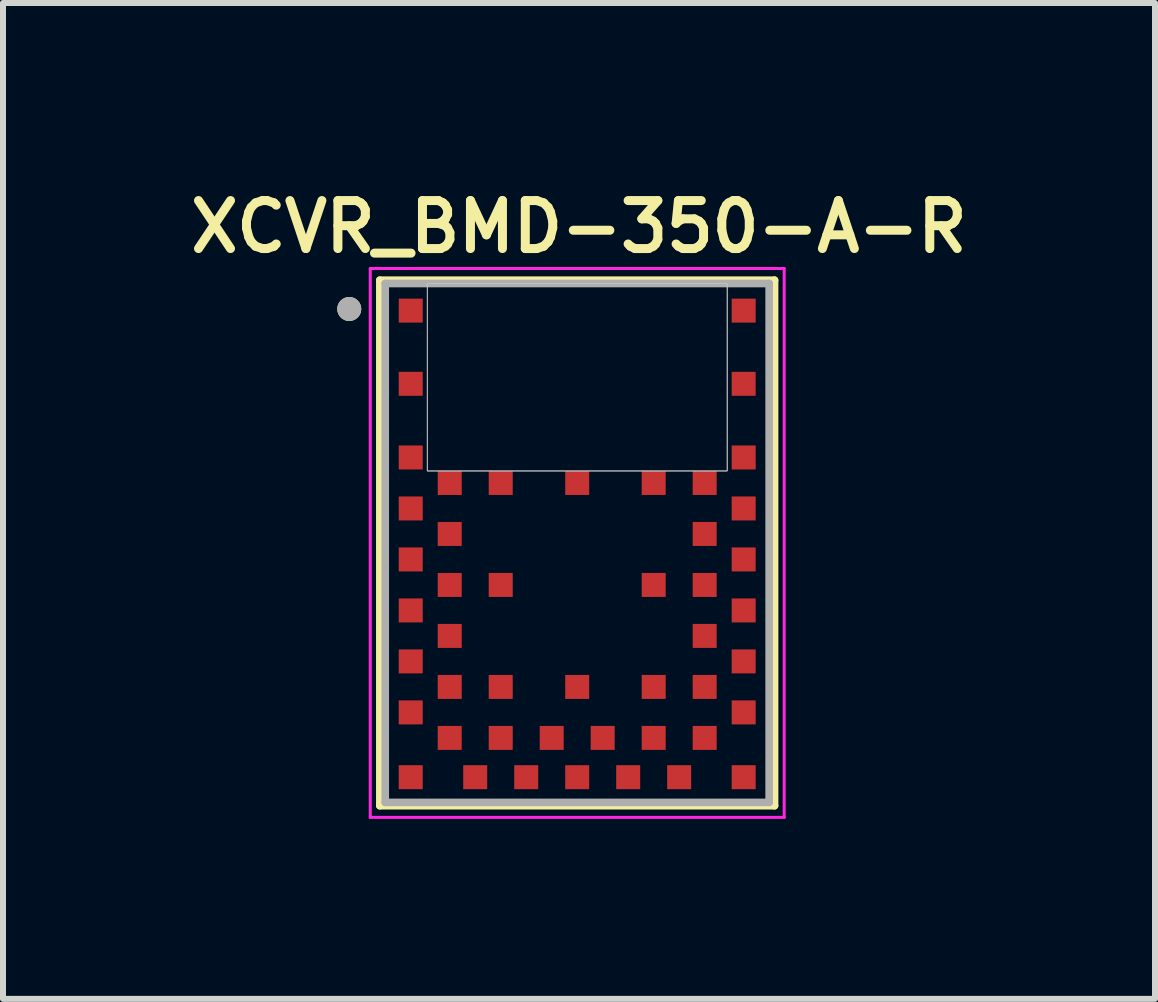
<source format=kicad_pcb>
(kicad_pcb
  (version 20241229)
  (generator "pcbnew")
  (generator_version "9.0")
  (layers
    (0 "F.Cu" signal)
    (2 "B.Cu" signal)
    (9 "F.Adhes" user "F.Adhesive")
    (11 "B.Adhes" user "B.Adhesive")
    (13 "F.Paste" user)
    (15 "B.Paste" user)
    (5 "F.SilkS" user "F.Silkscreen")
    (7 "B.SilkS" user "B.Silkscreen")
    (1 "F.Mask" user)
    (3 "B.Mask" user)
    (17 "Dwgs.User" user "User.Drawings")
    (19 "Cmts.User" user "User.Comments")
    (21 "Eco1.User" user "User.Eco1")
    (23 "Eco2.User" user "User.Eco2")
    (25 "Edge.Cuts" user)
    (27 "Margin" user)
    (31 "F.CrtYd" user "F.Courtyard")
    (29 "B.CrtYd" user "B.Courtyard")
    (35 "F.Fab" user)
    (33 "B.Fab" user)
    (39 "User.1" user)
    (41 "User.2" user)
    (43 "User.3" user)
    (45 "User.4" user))
  (footprint "XCVR_BMD-350-A-R"
    (layer "F.Cu")
    (at 6.572 6.001)
    (property "Reference" "XCVR_BMD-350-A-R" (at 0.03 -5.27 0) (layer "F.SilkS") (effects (font (size 0.8 0.8) (thickness 0.15))))
    (attr through_hole)
    (fp_line (start -3.29 -4.38) (end -3.29 4.38) (stroke (width 0.127) (type solid)) (layer "F.SilkS"))
    (fp_line (start -3.29 4.38) (end 3.29 4.38) (stroke (width 0.127) (type solid)) (layer "F.SilkS"))
    (fp_line (start 3.29 -4.38) (end -3.29 -4.38) (stroke (width 0.127) (type solid)) (layer "F.SilkS"))
    (fp_line (start 3.29 4.38) (end 3.29 -4.38) (stroke (width 0.127) (type solid)) (layer "F.SilkS"))
    (fp_circle (center -3.8 -3.9) (end -3.7 -3.9) (stroke (width 0.2) (type solid)) (fill no) (layer "F.SilkS"))
    (fp_poly (pts (xy -2.5 -4.325) (xy 2.5 -4.325) (xy 2.5 -1.2) (xy -2.5 -1.2)) (stroke (width 0.01) (type solid)) (fill no) (layer "Dwgs.User"))
    (fp_poly (pts (xy -2.5 -4.325) (xy 2.5 -4.325) (xy 2.5 -1.2) (xy -2.5 -1.2)) (stroke (width 0.01) (type solid)) (fill no) (layer "Dwgs.User"))
    (fp_poly (pts (xy -2.5 -4.325) (xy 2.5 -4.325) (xy 2.5 -1.2) (xy -2.5 -1.2)) (stroke (width 0.01) (type solid)) (fill no) (layer "Dwgs.User"))
    (fp_line (start -3.45 -4.575) (end 3.45 -4.575) (stroke (width 0.05) (type solid)) (layer "F.CrtYd"))
    (fp_line (start -3.45 4.575) (end -3.45 -4.575) (stroke (width 0.05) (type solid)) (layer "F.CrtYd"))
    (fp_line (start 3.45 -4.575) (end 3.45 4.575) (stroke (width 0.05) (type solid)) (layer "F.CrtYd"))
    (fp_line (start 3.45 4.575) (end -3.45 4.575) (stroke (width 0.05) (type solid)) (layer "F.CrtYd"))
    (fp_line (start -3.2 -4.325) (end -3.2 4.325) (stroke (width 0.127) (type solid)) (layer "F.Fab"))
    (fp_line (start -3.2 4.325) (end 3.2 4.325) (stroke (width 0.127) (type solid)) (layer "F.Fab"))
    (fp_line (start 3.2 -4.325) (end -3.2 -4.325) (stroke (width 0.127) (type solid)) (layer "F.Fab"))
    (fp_line (start 3.2 4.325) (end 3.2 -4.325) (stroke (width 0.127) (type solid)) (layer "F.Fab"))
    (fp_circle (center -3.8 -3.9) (end -3.7 -3.9) (stroke (width 0.2) (type solid)) (fill no) (layer "F.Fab"))
    (pad "1" smd rect (at -2.775 -3.873) (size 0.4 0.4) (layers "F.Cu" "F.Mask" "F.Paste"))
    (pad "2" smd rect (at -2.775 -2.653) (size 0.4 0.4) (layers "F.Cu" "F.Mask" "F.Paste"))
    (pad "3" smd rect (at -2.775 -1.425) (size 0.4 0.4) (layers "F.Cu" "F.Mask" "F.Paste"))
    (pad "4" smd rect (at -2.125 -1) (size 0.4 0.4) (layers "F.Cu" "F.Mask" "F.Paste"))
    (pad "5" smd rect (at -2.775 -0.575) (size 0.4 0.4) (layers "F.Cu" "F.Mask" "F.Paste"))
    (pad "6" smd rect (at -2.125 -0.15) (size 0.4 0.4) (layers "F.Cu" "F.Mask" "F.Paste"))
    (pad "7" smd rect (at -2.775 0.275) (size 0.4 0.4) (layers "F.Cu" "F.Mask" "F.Paste"))
    (pad "8" smd rect (at -2.125 0.7) (size 0.4 0.4) (layers "F.Cu" "F.Mask" "F.Paste"))
    (pad "9" smd rect (at -2.775 1.125) (size 0.4 0.4) (layers "F.Cu" "F.Mask" "F.Paste"))
    (pad "10" smd rect (at -2.125 1.55) (size 0.4 0.4) (layers "F.Cu" "F.Mask" "F.Paste"))
    (pad "11" smd rect (at -2.775 1.975) (size 0.4 0.4) (layers "F.Cu" "F.Mask" "F.Paste"))
    (pad "12" smd rect (at -2.125 2.4) (size 0.4 0.4) (layers "F.Cu" "F.Mask" "F.Paste"))
    (pad "13" smd rect (at -2.775 2.825) (size 0.4 0.4) (layers "F.Cu" "F.Mask" "F.Paste"))
    (pad "14" smd rect (at -2.125 3.25) (size 0.4 0.4) (layers "F.Cu" "F.Mask" "F.Paste"))
    (pad "15" smd rect (at -2.775 3.905) (size 0.4 0.4) (layers "F.Cu" "F.Mask" "F.Paste"))
    (pad "16" smd rect (at -1.7 3.905) (size 0.4 0.4) (layers "F.Cu" "F.Mask" "F.Paste"))
    (pad "17" smd rect (at -1.275 3.25) (size 0.4 0.4) (layers "F.Cu" "F.Mask" "F.Paste"))
    (pad "18" smd rect (at -0.85 3.905) (size 0.4 0.4) (layers "F.Cu" "F.Mask" "F.Paste"))
    (pad "19" smd rect (at -0.425 3.25) (size 0.4 0.4) (layers "F.Cu" "F.Mask" "F.Paste"))
    (pad "20" smd rect (at 0 3.905) (size 0.4 0.4) (layers "F.Cu" "F.Mask" "F.Paste"))
    (pad "21" smd rect (at 0.425 3.25) (size 0.4 0.4) (layers "F.Cu" "F.Mask" "F.Paste"))
    (pad "22" smd rect (at 0.85 3.905) (size 0.4 0.4) (layers "F.Cu" "F.Mask" "F.Paste"))
    (pad "23" smd rect (at 1.275 3.25) (size 0.4 0.4) (layers "F.Cu" "F.Mask" "F.Paste"))
    (pad "24" smd rect (at 1.7 3.905) (size 0.4 0.4) (layers "F.Cu" "F.Mask" "F.Paste"))
    (pad "25" smd rect (at 2.125 3.25) (size 0.4 0.4) (layers "F.Cu" "F.Mask" "F.Paste"))
    (pad "26" smd rect (at 2.775 3.905) (size 0.4 0.4) (layers "F.Cu" "F.Mask" "F.Paste"))
    (pad "27" smd rect (at 2.775 2.825) (size 0.4 0.4) (layers "F.Cu" "F.Mask" "F.Paste"))
    (pad "28" smd rect (at 2.125 2.4) (size 0.4 0.4) (layers "F.Cu" "F.Mask" "F.Paste"))
    (pad "29" smd rect (at 2.775 1.975) (size 0.4 0.4) (layers "F.Cu" "F.Mask" "F.Paste"))
    (pad "30" smd rect (at 2.125 1.55) (size 0.4 0.4) (layers "F.Cu" "F.Mask" "F.Paste"))
    (pad "31" smd rect (at 2.775 1.125) (size 0.4 0.4) (layers "F.Cu" "F.Mask" "F.Paste"))
    (pad "32" smd rect (at 2.125 0.7) (size 0.4 0.4) (layers "F.Cu" "F.Mask" "F.Paste"))
    (pad "33" smd rect (at 2.775 0.275) (size 0.4 0.4) (layers "F.Cu" "F.Mask" "F.Paste"))
    (pad "34" smd rect (at 2.125 -0.15) (size 0.4 0.4) (layers "F.Cu" "F.Mask" "F.Paste"))
    (pad "35" smd rect (at 2.775 -0.575) (size 0.4 0.4) (layers "F.Cu" "F.Mask" "F.Paste"))
    (pad "36" smd rect (at 2.125 -1) (size 0.4 0.4) (layers "F.Cu" "F.Mask" "F.Paste"))
    (pad "37" smd rect (at 2.775 -1.425) (size 0.4 0.4) (layers "F.Cu" "F.Mask" "F.Paste"))
    (pad "38" smd rect (at 2.775 -2.653) (size 0.4 0.4) (layers "F.Cu" "F.Mask" "F.Paste"))
    (pad "39" smd rect (at 2.775 -3.873) (size 0.4 0.4) (layers "F.Cu" "F.Mask" "F.Paste"))
    (pad "40" smd rect (at -1.275 -1) (size 0.4 0.4) (layers "F.Cu" "F.Mask" "F.Paste"))
    (pad "41" smd rect (at -1.275 0.7) (size 0.4 0.4) (layers "F.Cu" "F.Mask" "F.Paste"))
    (pad "42" smd rect (at -1.275 2.4) (size 0.4 0.4) (layers "F.Cu" "F.Mask" "F.Paste"))
    (pad "43" smd rect (at 0 2.4) (size 0.4 0.4) (layers "F.Cu" "F.Mask" "F.Paste"))
    (pad "44" smd rect (at 1.275 2.4) (size 0.4 0.4) (layers "F.Cu" "F.Mask" "F.Paste"))
    (pad "45" smd rect (at 1.275 0.7) (size 0.4 0.4) (layers "F.Cu" "F.Mask" "F.Paste"))
    (pad "46" smd rect (at 1.275 -1) (size 0.4 0.4) (layers "F.Cu" "F.Mask" "F.Paste"))
    (pad "47" smd rect (at 0 -1) (size 0.4 0.4) (layers "F.Cu" "F.Mask" "F.Paste")))
  (gr_rect
    (start -3 -3)
    (end 16.204 13.601)
    (stroke (width 0.1) (type default))
    (fill no)
    (layer "Edge.Cuts")))
</source>
